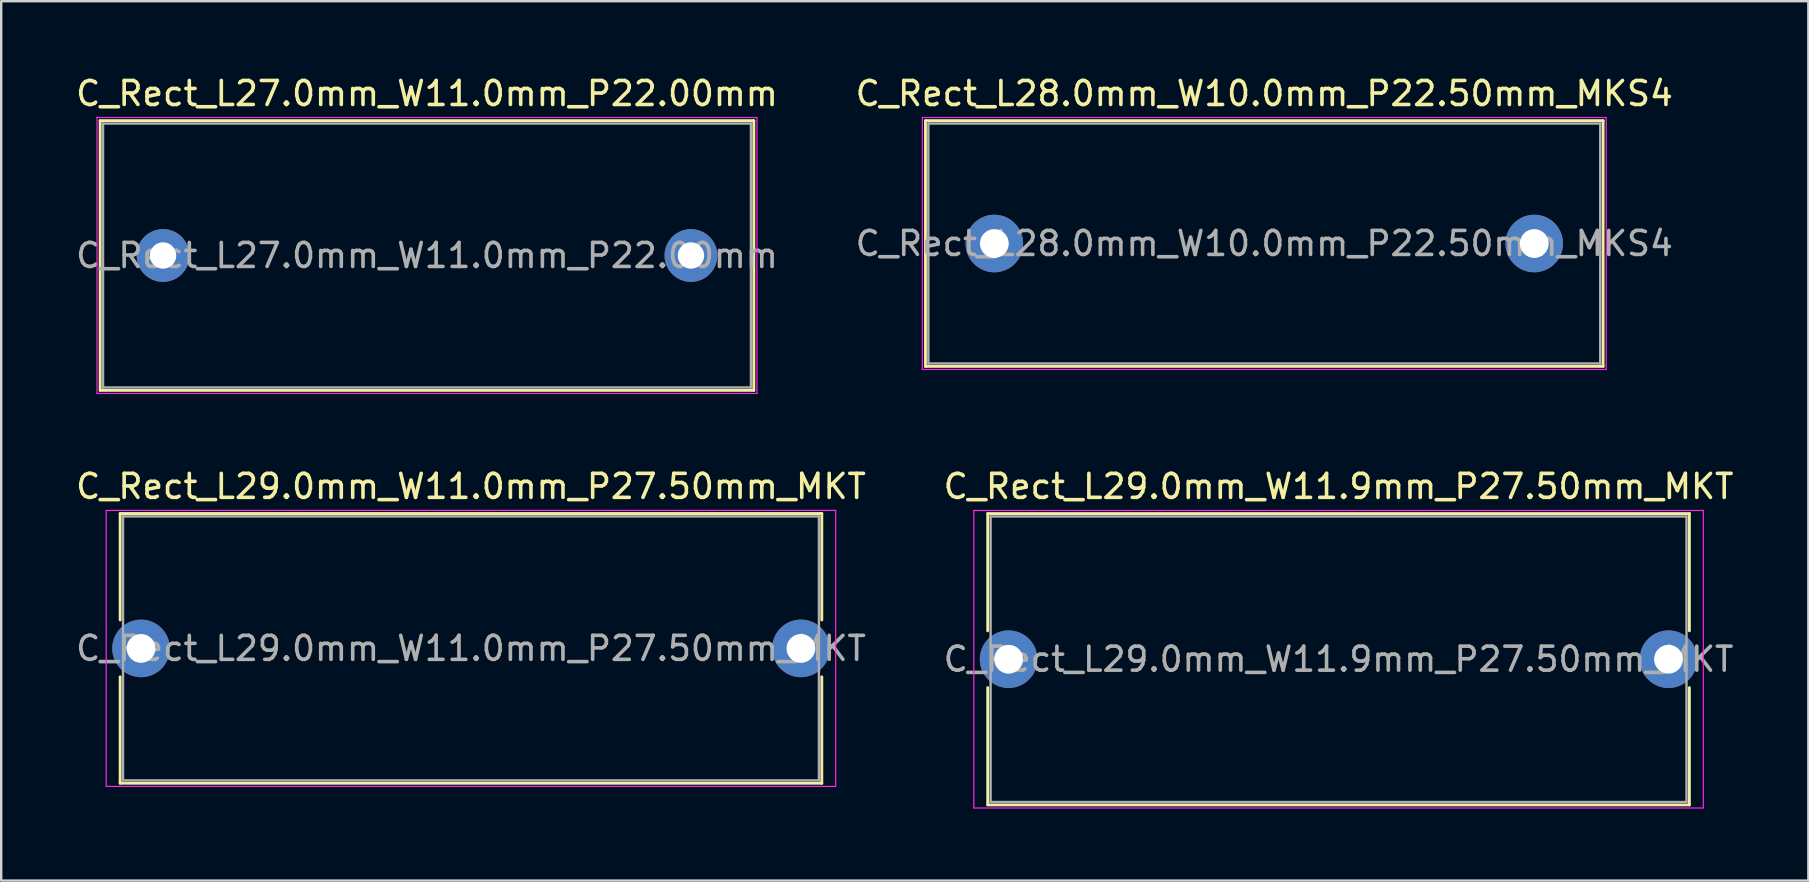
<source format=kicad_pcb>
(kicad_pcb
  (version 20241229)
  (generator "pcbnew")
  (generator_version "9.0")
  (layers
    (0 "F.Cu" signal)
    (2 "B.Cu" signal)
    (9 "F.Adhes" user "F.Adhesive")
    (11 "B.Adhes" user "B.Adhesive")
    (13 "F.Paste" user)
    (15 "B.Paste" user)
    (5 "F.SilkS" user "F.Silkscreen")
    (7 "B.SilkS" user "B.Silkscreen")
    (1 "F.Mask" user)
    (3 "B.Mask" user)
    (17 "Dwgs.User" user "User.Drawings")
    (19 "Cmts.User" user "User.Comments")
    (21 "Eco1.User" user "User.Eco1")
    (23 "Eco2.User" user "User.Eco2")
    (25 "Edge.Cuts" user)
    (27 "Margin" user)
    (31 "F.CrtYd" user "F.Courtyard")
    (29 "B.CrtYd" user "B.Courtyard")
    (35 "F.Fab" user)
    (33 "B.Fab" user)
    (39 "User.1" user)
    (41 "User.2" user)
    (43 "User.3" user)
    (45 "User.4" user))
  (footprint "C_Rect_L29.0mm_W11.9mm_P27.50mm_MKT"
    (layer "F.Cu")
    (at 38.982 24.422)
    (property "Reference" "C_Rect_L29.0mm_W11.9mm_P27.50mm_MKT" (at 13.75 -7.2 0) (layer "F.SilkS") (effects (font (size 1 1) (thickness 0.15))))
    (attr through_hole)
    (fp_line (start -0.87 -6.07) (end -0.87 -1.185) (stroke (width 0.12) (type solid)) (layer "F.SilkS"))
    (fp_line (start -0.87 -6.07) (end 28.37 -6.07) (stroke (width 0.12) (type solid)) (layer "F.SilkS"))
    (fp_line (start -0.87 1.185) (end -0.87 6.07) (stroke (width 0.12) (type solid)) (layer "F.SilkS"))
    (fp_line (start -0.87 6.07) (end 28.37 6.07) (stroke (width 0.12) (type solid)) (layer "F.SilkS"))
    (fp_line (start 28.37 -6.07) (end 28.37 -1.185) (stroke (width 0.12) (type solid)) (layer "F.SilkS"))
    (fp_line (start 28.37 1.185) (end 28.37 6.07) (stroke (width 0.12) (type solid)) (layer "F.SilkS"))
    (fp_line (start -1.45 -6.2) (end -1.45 6.2) (stroke (width 0.05) (type solid)) (layer "F.CrtYd"))
    (fp_line (start -1.45 6.2) (end 28.95 6.2) (stroke (width 0.05) (type solid)) (layer "F.CrtYd"))
    (fp_line (start 28.95 -6.2) (end -1.45 -6.2) (stroke (width 0.05) (type solid)) (layer "F.CrtYd"))
    (fp_line (start 28.95 6.2) (end 28.95 -6.2) (stroke (width 0.05) (type solid)) (layer "F.CrtYd"))
    (fp_line (start -0.75 -5.95) (end -0.75 5.95) (stroke (width 0.1) (type solid)) (layer "F.Fab"))
    (fp_line (start -0.75 5.95) (end 28.25 5.95) (stroke (width 0.1) (type solid)) (layer "F.Fab"))
    (fp_line (start 28.25 -5.95) (end -0.75 -5.95) (stroke (width 0.1) (type solid)) (layer "F.Fab"))
    (fp_line (start 28.25 5.95) (end 28.25 -5.95) (stroke (width 0.1) (type solid)) (layer "F.Fab"))
    (fp_text user "${REFERENCE}" (at 13.75 0 0) (layer "F.Fab") (effects (font (size 1 1) (thickness 0.15))))
    (pad "1" thru_hole circle (at 0 0) (size 2.4 2.4) (drill 1.2) (layers "*.Cu" "*.Mask"))
    (pad "2" thru_hole circle (at 27.5 0) (size 2.4 2.4) (drill 1.2) (layers "*.Cu" "*.Mask")))
  (footprint "C_Rect_L27.0mm_W11.0mm_P22.00mm"
    (layer "F.Cu")
    (at 3.744 7.598)
    (property "Reference" "C_Rect_L27.0mm_W11.0mm_P22.00mm" (at 11 -6.75 0) (layer "F.SilkS") (effects (font (size 1 1) (thickness 0.15))))
    (attr through_hole)
    (fp_line (start -2.62 -5.62) (end -2.62 5.62) (stroke (width 0.12) (type solid)) (layer "F.SilkS"))
    (fp_line (start -2.62 -5.62) (end 24.62 -5.62) (stroke (width 0.12) (type solid)) (layer "F.SilkS"))
    (fp_line (start -2.62 5.62) (end 24.62 5.62) (stroke (width 0.12) (type solid)) (layer "F.SilkS"))
    (fp_line (start 24.62 -5.62) (end 24.62 5.62) (stroke (width 0.12) (type solid)) (layer "F.SilkS"))
    (fp_line (start -2.75 -5.75) (end -2.75 5.75) (stroke (width 0.05) (type solid)) (layer "F.CrtYd"))
    (fp_line (start -2.75 5.75) (end 24.75 5.75) (stroke (width 0.05) (type solid)) (layer "F.CrtYd"))
    (fp_line (start 24.75 -5.75) (end -2.75 -5.75) (stroke (width 0.05) (type solid)) (layer "F.CrtYd"))
    (fp_line (start 24.75 5.75) (end 24.75 -5.75) (stroke (width 0.05) (type solid)) (layer "F.CrtYd"))
    (fp_line (start -2.5 -5.5) (end -2.5 5.5) (stroke (width 0.1) (type solid)) (layer "F.Fab"))
    (fp_line (start -2.5 5.5) (end 24.5 5.5) (stroke (width 0.1) (type solid)) (layer "F.Fab"))
    (fp_line (start 24.5 -5.5) (end -2.5 -5.5) (stroke (width 0.1) (type solid)) (layer "F.Fab"))
    (fp_line (start 24.5 5.5) (end 24.5 -5.5) (stroke (width 0.1) (type solid)) (layer "F.Fab"))
    (fp_text user "${REFERENCE}" (at 11 0 0) (layer "F.Fab") (effects (font (size 1 1) (thickness 0.15))))
    (pad "1" thru_hole circle (at 0 0) (size 2.2 2.2) (drill 1.1) (layers "*.Cu" "*.Mask"))
    (pad "2" thru_hole circle (at 22 0) (size 2.2 2.2) (drill 1.1) (layers "*.Cu" "*.Mask")))
  (footprint "C_Rect_L28.0mm_W10.0mm_P22.50mm_MKS4"
    (layer "F.Cu")
    (at 38.387 7.098)
    (property "Reference" "C_Rect_L28.0mm_W10.0mm_P22.50mm_MKS4" (at 11.25 -6.25 0) (layer "F.SilkS") (effects (font (size 1 1) (thickness 0.15))))
    (attr through_hole)
    (fp_line (start -2.87 -5.12) (end -2.87 5.12) (stroke (width 0.12) (type solid)) (layer "F.SilkS"))
    (fp_line (start -2.87 -5.12) (end 25.37 -5.12) (stroke (width 0.12) (type solid)) (layer "F.SilkS"))
    (fp_line (start -2.87 5.12) (end 25.37 5.12) (stroke (width 0.12) (type solid)) (layer "F.SilkS"))
    (fp_line (start 25.37 -5.12) (end 25.37 5.12) (stroke (width 0.12) (type solid)) (layer "F.SilkS"))
    (fp_line (start -3 -5.25) (end -3 5.25) (stroke (width 0.05) (type solid)) (layer "F.CrtYd"))
    (fp_line (start -3 5.25) (end 25.5 5.25) (stroke (width 0.05) (type solid)) (layer "F.CrtYd"))
    (fp_line (start 25.5 -5.25) (end -3 -5.25) (stroke (width 0.05) (type solid)) (layer "F.CrtYd"))
    (fp_line (start 25.5 5.25) (end 25.5 -5.25) (stroke (width 0.05) (type solid)) (layer "F.CrtYd"))
    (fp_line (start -2.75 -5) (end -2.75 5) (stroke (width 0.1) (type solid)) (layer "F.Fab"))
    (fp_line (start -2.75 5) (end 25.25 5) (stroke (width 0.1) (type solid)) (layer "F.Fab"))
    (fp_line (start 25.25 -5) (end -2.75 -5) (stroke (width 0.1) (type solid)) (layer "F.Fab"))
    (fp_line (start 25.25 5) (end 25.25 -5) (stroke (width 0.1) (type solid)) (layer "F.Fab"))
    (fp_text user "${REFERENCE}" (at 11.25 0 0) (layer "F.Fab") (effects (font (size 1 1) (thickness 0.15))))
    (pad "1" thru_hole circle (at 0 0) (size 2.4 2.4) (drill 1.2) (layers "*.Cu" "*.Mask"))
    (pad "2" thru_hole circle (at 22.5 0) (size 2.4 2.4) (drill 1.2) (layers "*.Cu" "*.Mask")))
  (footprint "C_Rect_L29.0mm_W11.0mm_P27.50mm_MKT"
    (layer "F.Cu")
    (at 2.827 23.971)
    (property "Reference" "C_Rect_L29.0mm_W11.0mm_P27.50mm_MKT" (at 13.75 -6.75 0) (layer "F.SilkS") (effects (font (size 1 1) (thickness 0.15))))
    (attr through_hole)
    (fp_line (start -0.87 -5.62) (end -0.87 -1.185) (stroke (width 0.12) (type solid)) (layer "F.SilkS"))
    (fp_line (start -0.87 -5.62) (end 28.37 -5.62) (stroke (width 0.12) (type solid)) (layer "F.SilkS"))
    (fp_line (start -0.87 1.185) (end -0.87 5.62) (stroke (width 0.12) (type solid)) (layer "F.SilkS"))
    (fp_line (start -0.87 5.62) (end 28.37 5.62) (stroke (width 0.12) (type solid)) (layer "F.SilkS"))
    (fp_line (start 28.37 -5.62) (end 28.37 -1.185) (stroke (width 0.12) (type solid)) (layer "F.SilkS"))
    (fp_line (start 28.37 1.185) (end 28.37 5.62) (stroke (width 0.12) (type solid)) (layer "F.SilkS"))
    (fp_line (start -1.45 -5.75) (end -1.45 5.75) (stroke (width 0.05) (type solid)) (layer "F.CrtYd"))
    (fp_line (start -1.45 5.75) (end 28.95 5.75) (stroke (width 0.05) (type solid)) (layer "F.CrtYd"))
    (fp_line (start 28.95 -5.75) (end -1.45 -5.75) (stroke (width 0.05) (type solid)) (layer "F.CrtYd"))
    (fp_line (start 28.95 5.75) (end 28.95 -5.75) (stroke (width 0.05) (type solid)) (layer "F.CrtYd"))
    (fp_line (start -0.75 -5.5) (end -0.75 5.5) (stroke (width 0.1) (type solid)) (layer "F.Fab"))
    (fp_line (start -0.75 5.5) (end 28.25 5.5) (stroke (width 0.1) (type solid)) (layer "F.Fab"))
    (fp_line (start 28.25 -5.5) (end -0.75 -5.5) (stroke (width 0.1) (type solid)) (layer "F.Fab"))
    (fp_line (start 28.25 5.5) (end 28.25 -5.5) (stroke (width 0.1) (type solid)) (layer "F.Fab"))
    (fp_text user "${REFERENCE}" (at 13.75 0 0) (layer "F.Fab") (effects (font (size 1 1) (thickness 0.15))))
    (pad "1" thru_hole circle (at 0 0) (size 2.4 2.4) (drill 1.2) (layers "*.Cu" "*.Mask"))
    (pad "2" thru_hole circle (at 27.5 0) (size 2.4 2.4) (drill 1.2) (layers "*.Cu" "*.Mask")))
  (gr_rect
    (start -3 -3)
    (end 72.31 33.647)
    (stroke (width 0.1) (type default))
    (fill no)
    (layer "Edge.Cuts")))
</source>
